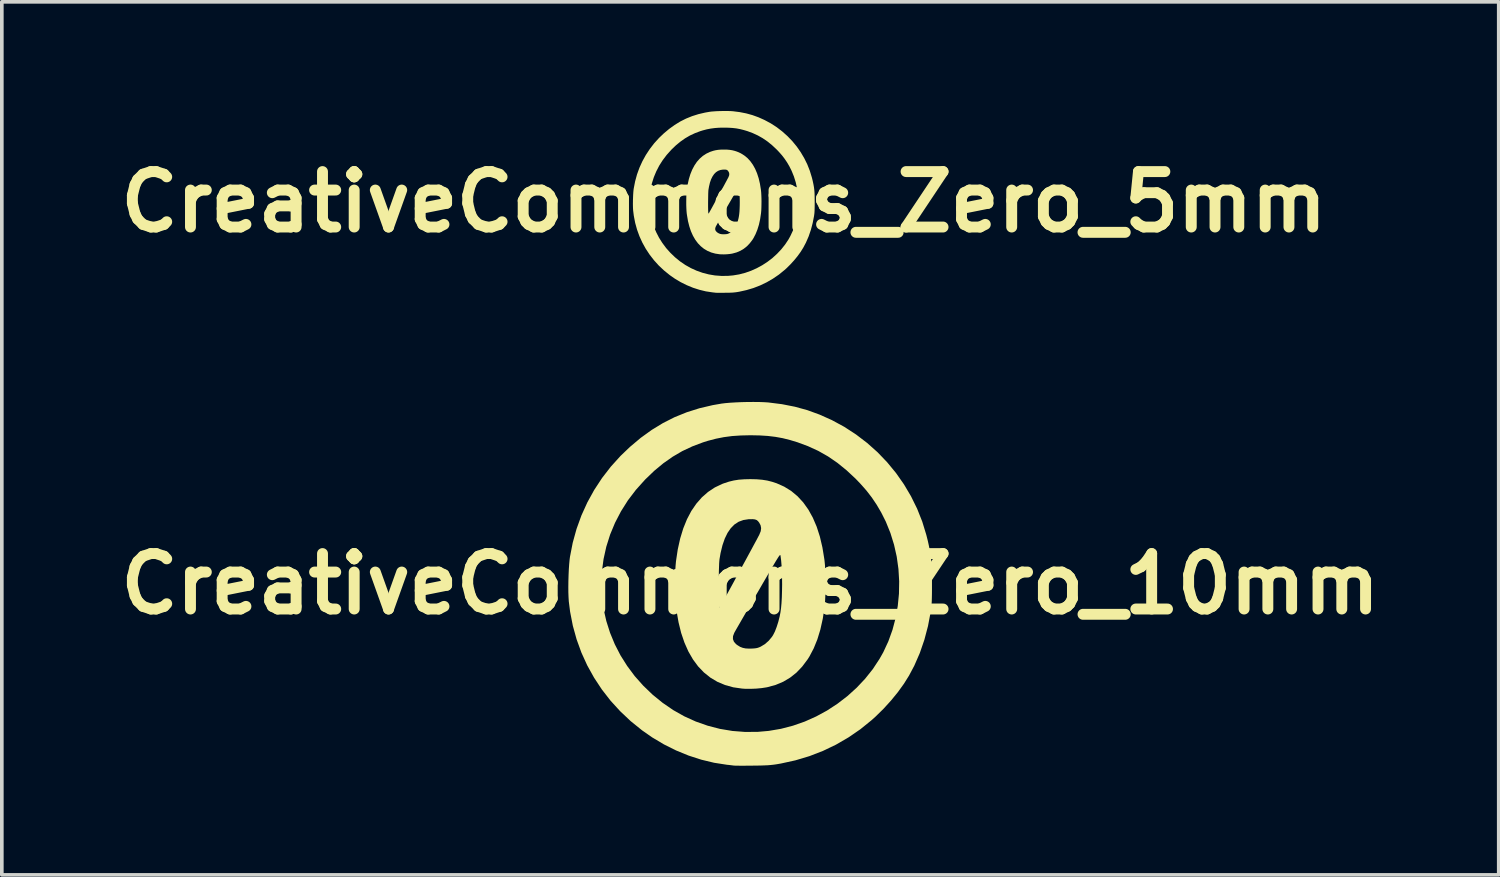
<source format=kicad_pcb>
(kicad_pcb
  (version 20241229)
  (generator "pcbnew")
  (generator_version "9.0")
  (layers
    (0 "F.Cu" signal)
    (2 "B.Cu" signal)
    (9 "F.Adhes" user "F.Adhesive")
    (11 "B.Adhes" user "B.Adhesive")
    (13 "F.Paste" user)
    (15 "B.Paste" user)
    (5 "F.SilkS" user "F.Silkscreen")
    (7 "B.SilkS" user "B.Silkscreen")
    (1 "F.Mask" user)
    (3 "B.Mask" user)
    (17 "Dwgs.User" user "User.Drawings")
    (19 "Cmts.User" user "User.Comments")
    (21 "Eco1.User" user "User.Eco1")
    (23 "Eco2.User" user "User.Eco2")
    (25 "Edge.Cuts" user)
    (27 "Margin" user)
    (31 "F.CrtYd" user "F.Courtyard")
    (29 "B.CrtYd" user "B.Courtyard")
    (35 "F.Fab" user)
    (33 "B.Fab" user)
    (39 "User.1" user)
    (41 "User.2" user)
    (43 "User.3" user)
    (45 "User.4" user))
  (footprint "CreativeCommons_Zero_10mm"
    (layer "F.Cu")
    (at 17.57 12.998)
    (property "Reference" "CreativeCommons_Zero_10mm" (at 0 0 0) (layer "F.SilkS") (effects (font (size 1.524 1.524) (thickness 0.3))))
    (attr board_only exclude_from_pos_files exclude_from_bom)
    (fp_poly (pts (xy 0.174 -2.876) (xy 0.327 -2.863) (xy 0.466 -2.841) (xy 0.6 -2.807) (xy 0.722 -2.767) (xy 0.931 -2.674) (xy 1.123 -2.556) (xy 1.297 -2.411) (xy 1.455 -2.24) (xy 1.595 -2.044) (xy 1.718 -1.822) (xy 1.824 -1.575) (xy 1.912 -1.302) (xy 1.982 -1.004) (xy 2.035 -0.681) (xy 2.041 -0.633) (xy 2.053 -0.51) (xy 2.061 -0.363) (xy 2.066 -0.201) (xy 2.068 -0.029) (xy 2.067 0.144) (xy 2.063 0.31) (xy 2.056 0.463) (xy 2.045 0.595) (xy 2.041 0.633) (xy 1.992 0.956) (xy 1.926 1.253) (xy 1.843 1.525) (xy 1.743 1.771) (xy 1.626 1.993) (xy 1.572 2.078) (xy 1.427 2.271) (xy 1.269 2.437) (xy 1.095 2.575) (xy 0.905 2.688) (xy 0.698 2.775) (xy 0.472 2.837) (xy 0.442 2.843) (xy 0.312 2.863) (xy 0.163 2.877) (xy 0.008 2.883) (xy -0.141 2.882) (xy -0.227 2.876) (xy -0.469 2.841) (xy -0.694 2.778) (xy -0.904 2.69) (xy -1.097 2.575) (xy -1.273 2.434) (xy -1.433 2.267) (xy -1.575 2.075) (xy -1.701 1.857) (xy -1.809 1.614) (xy -1.842 1.517) (xy -0.477 1.517) (xy -0.449 1.589) (xy -0.391 1.655) (xy -0.352 1.684) (xy -0.279 1.729) (xy -0.206 1.757) (xy -0.126 1.773) (xy -0.028 1.778) (xy 0.025 1.777) (xy 0.103 1.773) (xy 0.161 1.766) (xy 0.209 1.755) (xy 0.259 1.736) (xy 0.287 1.723) (xy 0.4 1.655) (xy 0.505 1.563) (xy 0.595 1.455) (xy 0.626 1.407) (xy 0.677 1.307) (xy 0.725 1.182) (xy 0.77 1.041) (xy 0.808 0.89) (xy 0.829 0.782) (xy 0.845 0.666) (xy 0.858 0.525) (xy 0.867 0.366) (xy 0.872 0.194) (xy 0.875 0.015) (xy 0.873 -0.164) (xy 0.868 -0.338) (xy 0.86 -0.5) (xy 0.848 -0.644) (xy 0.832 -0.764) (xy 0.831 -0.773) (xy 0.829 -0.784) (xy 0.825 -0.792) (xy 0.82 -0.794) (xy 0.812 -0.79) (xy 0.8 -0.777) (xy 0.783 -0.754) (xy 0.76 -0.719) (xy 0.73 -0.671) (xy 0.691 -0.608) (xy 0.644 -0.528) (xy 0.586 -0.43) (xy 0.516 -0.311) (xy 0.435 -0.171) (xy 0.34 -0.008) (xy 0.231 0.181) (xy 0.204 0.227) (xy 0.106 0.395) (xy 0.012 0.557) (xy -0.076 0.71) (xy -0.158 0.852) (xy -0.232 0.98) (xy -0.297 1.093) (xy -0.352 1.188) (xy -0.395 1.263) (xy -0.425 1.316) (xy -0.441 1.345) (xy -0.442 1.348) (xy -0.475 1.436) (xy -0.477 1.517) (xy -1.842 1.517) (xy -1.9 1.346) (xy -1.972 1.054) (xy -2.027 0.737) (xy -2.042 0.625) (xy -2.054 0.492) (xy -2.063 0.336) (xy -2.068 0.164) (xy -2.068 0.142) (xy -0.868 0.142) (xy -0.868 0.261) (xy -0.866 0.37) (xy -0.864 0.463) (xy -0.861 0.536) (xy -0.857 0.585) (xy -0.855 0.601) (xy -0.842 0.647) (xy -0.814 0.601) (xy -0.801 0.58) (xy -0.776 0.533) (xy -0.738 0.464) (xy -0.689 0.375) (xy -0.63 0.267) (xy -0.563 0.145) (xy -0.489 0.009) (xy -0.41 -0.137) (xy -0.326 -0.291) (xy -0.293 -0.352) (xy -0.207 -0.51) (xy -0.124 -0.662) (xy -0.046 -0.806) (xy 0.026 -0.939) (xy 0.09 -1.058) (xy 0.146 -1.161) (xy 0.191 -1.245) (xy 0.224 -1.308) (xy 0.245 -1.347) (xy 0.248 -1.354) (xy 0.287 -1.449) (xy 0.298 -1.533) (xy 0.283 -1.612) (xy 0.246 -1.682) (xy 0.212 -1.726) (xy 0.175 -1.756) (xy 0.128 -1.773) (xy 0.066 -1.78) (xy -0.019 -1.779) (xy -0.05 -1.778) (xy -0.191 -1.756) (xy -0.32 -1.709) (xy -0.435 -1.634) (xy -0.536 -1.532) (xy -0.625 -1.403) (xy -0.701 -1.247) (xy -0.765 -1.062) (xy -0.817 -0.848) (xy -0.846 -0.68) (xy -0.851 -0.631) (xy -0.856 -0.559) (xy -0.859 -0.466) (xy -0.863 -0.358) (xy -0.865 -0.239) (xy -0.867 -0.113) (xy -0.868 0.016) (xy -0.868 0.142) (xy -2.068 0.142) (xy -2.069 -0.015) (xy -2.067 -0.193) (xy -2.062 -0.362) (xy -2.052 -0.515) (xy -2.042 -0.625) (xy -1.993 -0.95) (xy -1.926 -1.251) (xy -1.842 -1.526) (xy -1.74 -1.778) (xy -1.621 -2.004) (xy -1.484 -2.204) (xy -1.331 -2.379) (xy -1.161 -2.528) (xy -0.974 -2.652) (xy -0.77 -2.749) (xy -0.724 -2.766) (xy -0.587 -2.811) (xy -0.454 -2.843) (xy -0.316 -2.865) (xy -0.165 -2.876) (xy 0 -2.88)) (stroke (width 0) (type solid)) (fill yes) (layer "F.SilkS"))
    (fp_poly (pts (xy 0.235 -5) (xy 0.373 -4.995) (xy 0.489 -4.988) (xy 0.497 -4.987) (xy 0.87 -4.94) (xy 1.226 -4.87) (xy 1.568 -4.776) (xy 1.901 -4.655) (xy 2.23 -4.508) (xy 2.243 -4.502) (xy 2.584 -4.317) (xy 2.908 -4.106) (xy 3.213 -3.873) (xy 3.499 -3.618) (xy 3.763 -3.342) (xy 4.005 -3.048) (xy 4.223 -2.737) (xy 4.417 -2.409) (xy 4.585 -2.068) (xy 4.726 -1.713) (xy 4.838 -1.347) (xy 4.878 -1.188) (xy 4.908 -1.053) (xy 4.932 -0.932) (xy 4.951 -0.82) (xy 4.966 -0.712) (xy 4.977 -0.6) (xy 4.985 -0.481) (xy 4.99 -0.348) (xy 4.992 -0.196) (xy 4.993 -0.018) (xy 4.993 0) (xy 4.993 0.151) (xy 4.992 0.276) (xy 4.99 0.378) (xy 4.988 0.463) (xy 4.984 0.536) (xy 4.979 0.6) (xy 4.973 0.661) (xy 4.964 0.723) (xy 4.959 0.762) (xy 4.884 1.157) (xy 4.784 1.536) (xy 4.659 1.899) (xy 4.509 2.243) (xy 4.364 2.517) (xy 4.222 2.744) (xy 4.054 2.977) (xy 3.865 3.208) (xy 3.661 3.432) (xy 3.445 3.644) (xy 3.335 3.743) (xy 3.025 3.994) (xy 2.697 4.219) (xy 2.354 4.418) (xy 1.997 4.589) (xy 1.625 4.733) (xy 1.241 4.848) (xy 0.845 4.935) (xy 0.712 4.958) (xy 0.639 4.968) (xy 0.565 4.976) (xy 0.484 4.983) (xy 0.391 4.987) (xy 0.28 4.991) (xy 0.147 4.993) (xy 0.055 4.994) (xy -0.064 4.995) (xy -0.174 4.996) (xy -0.271 4.996) (xy -0.351 4.995) (xy -0.41 4.994) (xy -0.443 4.993) (xy -0.445 4.993) (xy -0.482 4.988) (xy -0.539 4.981) (xy -0.608 4.973) (xy -0.641 4.97) (xy -0.994 4.915) (xy -1.347 4.83) (xy -1.696 4.717) (xy -2.04 4.576) (xy -2.375 4.409) (xy -2.697 4.217) (xy -2.975 4.023) (xy -3.288 3.77) (xy -3.576 3.498) (xy -3.841 3.208) (xy -4.08 2.9) (xy -4.293 2.577) (xy -4.481 2.239) (xy -4.641 1.888) (xy -4.773 1.524) (xy -4.877 1.149) (xy -4.952 0.764) (xy -4.988 0.479) (xy -4.995 0.366) (xy -5 0.23) (xy -5.001 0.079) (xy -5 0.008) (xy -4.093 0.008) (xy -4.077 0.35) (xy -4.032 0.687) (xy -3.957 1.019) (xy -3.854 1.343) (xy -3.724 1.658) (xy -3.567 1.963) (xy -3.383 2.255) (xy -3.175 2.534) (xy -2.941 2.797) (xy -2.684 3.044) (xy -2.411 3.266) (xy -2.12 3.466) (xy -1.815 3.638) (xy -1.497 3.782) (xy -1.169 3.897) (xy -0.833 3.984) (xy -0.489 4.041) (xy -0.14 4.068) (xy 0.212 4.065) (xy 0.507 4.039) (xy 0.842 3.982) (xy 1.173 3.896) (xy 1.496 3.783) (xy 1.809 3.643) (xy 2.111 3.479) (xy 2.398 3.291) (xy 2.67 3.082) (xy 2.923 2.853) (xy 3.156 2.606) (xy 3.367 2.341) (xy 3.552 2.06) (xy 3.656 1.876) (xy 3.795 1.576) (xy 3.908 1.262) (xy 3.994 0.938) (xy 4.053 0.606) (xy 4.086 0.269) (xy 4.092 -0.07) (xy 4.072 -0.41) (xy 4.025 -0.747) (xy 3.951 -1.077) (xy 3.851 -1.4) (xy 3.725 -1.711) (xy 3.599 -1.962) (xy 3.473 -2.177) (xy 3.34 -2.375) (xy 3.194 -2.564) (xy 3.03 -2.75) (xy 2.893 -2.893) (xy 2.645 -3.124) (xy 2.395 -3.327) (xy 2.137 -3.504) (xy 1.869 -3.656) (xy 1.586 -3.786) (xy 1.297 -3.893) (xy 1.089 -3.956) (xy 0.889 -4.006) (xy 0.689 -4.042) (xy 0.482 -4.067) (xy 0.261 -4.081) (xy 0.017 -4.086) (xy 0 -4.086) (xy -0.261 -4.08) (xy -0.501 -4.064) (xy -0.726 -4.034) (xy -0.944 -3.991) (xy -1.162 -3.934) (xy -1.299 -3.891) (xy -1.591 -3.781) (xy -1.868 -3.651) (xy -2.133 -3.496) (xy -2.388 -3.317) (xy -2.638 -3.11) (xy -2.884 -2.874) (xy -2.9 -2.857) (xy -3.145 -2.584) (xy -3.364 -2.296) (xy -3.554 -1.995) (xy -3.717 -1.681) (xy -3.852 -1.357) (xy -3.957 -1.024) (xy -4.033 -0.682) (xy -4.079 -0.336) (xy -4.093 0.008) (xy -5 0.008) (xy -4.999 -0.082) (xy -4.994 -0.245) (xy -4.987 -0.402) (xy -4.977 -0.547) (xy -4.965 -0.673) (xy -4.956 -0.742) (xy -4.88 -1.132) (xy -4.775 -1.512) (xy -4.641 -1.882) (xy -4.479 -2.239) (xy -4.29 -2.582) (xy -4.074 -2.911) (xy -3.832 -3.224) (xy -3.565 -3.519) (xy -3.308 -3.765) (xy -3.012 -4.014) (xy -2.71 -4.232) (xy -2.4 -4.421) (xy -2.08 -4.583) (xy -1.746 -4.718) (xy -1.398 -4.828) (xy -1.031 -4.914) (xy -0.789 -4.956) (xy -0.683 -4.969) (xy -0.553 -4.98) (xy -0.404 -4.989) (xy -0.244 -4.996) (xy -0.08 -5) (xy 0.082 -5.001)) (stroke (width 0) (type solid)) (fill yes) (layer "F.SilkS")))
  (footprint "CreativeCommons_Zero_5mm"
    (layer "F.Cu")
    (at 16.844 2.5)
    (property "Reference" "CreativeCommons_Zero_5mm" (at 0 0 0) (layer "F.SilkS") (effects (font (size 1.524 1.524) (thickness 0.3))))
    (attr board_only exclude_from_pos_files exclude_from_bom)
    (fp_poly (pts (xy 0.087 -1.438) (xy 0.163 -1.431) (xy 0.233 -1.42) (xy 0.3 -1.403) (xy 0.361 -1.383) (xy 0.465 -1.337) (xy 0.561 -1.277) (xy 0.649 -1.205) (xy 0.727 -1.12) (xy 0.797 -1.022) (xy 0.859 -0.911) (xy 0.912 -0.787) (xy 0.956 -0.651) (xy 0.991 -0.502) (xy 1.017 -0.341) (xy 1.02 -0.316) (xy 1.026 -0.255) (xy 1.03 -0.182) (xy 1.033 -0.1) (xy 1.034 -0.015) (xy 1.033 0.072) (xy 1.031 0.155) (xy 1.028 0.232) (xy 1.022 0.297) (xy 1.02 0.316) (xy 0.996 0.478) (xy 0.963 0.627) (xy 0.921 0.762) (xy 0.871 0.885) (xy 0.813 0.996) (xy 0.786 1.039) (xy 0.713 1.135) (xy 0.634 1.218) (xy 0.547 1.287) (xy 0.453 1.343) (xy 0.349 1.387) (xy 0.236 1.418) (xy 0.221 1.421) (xy 0.156 1.431) (xy 0.081 1.438) (xy 0.004 1.441) (xy -0.07 1.44) (xy -0.113 1.438) (xy -0.234 1.42) (xy -0.347 1.389) (xy -0.452 1.344) (xy -0.548 1.287) (xy -0.636 1.216) (xy -0.716 1.133) (xy -0.787 1.037) (xy -0.85 0.928) (xy -0.904 0.807) (xy -0.921 0.758) (xy -0.238 0.758) (xy -0.225 0.794) (xy -0.195 0.827) (xy -0.176 0.842) (xy -0.139 0.864) (xy -0.103 0.878) (xy -0.063 0.886) (xy -0.014 0.889) (xy 0.012 0.888) (xy 0.052 0.886) (xy 0.08 0.883) (xy 0.105 0.877) (xy 0.129 0.868) (xy 0.143 0.861) (xy 0.2 0.827) (xy 0.253 0.781) (xy 0.298 0.727) (xy 0.313 0.703) (xy 0.338 0.653) (xy 0.363 0.591) (xy 0.385 0.52) (xy 0.404 0.445) (xy 0.414 0.391) (xy 0.422 0.333) (xy 0.429 0.263) (xy 0.433 0.183) (xy 0.436 0.097) (xy 0.437 0.008) (xy 0.436 -0.082) (xy 0.434 -0.169) (xy 0.43 -0.25) (xy 0.424 -0.322) (xy 0.416 -0.382) (xy 0.415 -0.387) (xy 0.414 -0.392) (xy 0.413 -0.396) (xy 0.41 -0.397) (xy 0.406 -0.395) (xy 0.4 -0.388) (xy 0.392 -0.377) (xy 0.38 -0.36) (xy 0.365 -0.335) (xy 0.346 -0.304) (xy 0.322 -0.264) (xy 0.293 -0.215) (xy 0.258 -0.156) (xy 0.217 -0.086) (xy 0.17 -0.004) (xy 0.115 0.09) (xy 0.102 0.113) (xy 0.053 0.198) (xy 0.006 0.279) (xy -0.038 0.355) (xy -0.079 0.426) (xy -0.116 0.49) (xy -0.148 0.546) (xy -0.176 0.594) (xy -0.197 0.631) (xy -0.212 0.658) (xy -0.22 0.672) (xy -0.221 0.674) (xy -0.237 0.718) (xy -0.238 0.758) (xy -0.921 0.758) (xy -0.949 0.673) (xy -0.986 0.527) (xy -1.013 0.368) (xy -1.021 0.313) (xy -1.027 0.246) (xy -1.031 0.168) (xy -1.034 0.082) (xy -1.034 0.071) (xy -0.434 0.071) (xy -0.434 0.131) (xy -0.433 0.185) (xy -0.432 0.231) (xy -0.431 0.268) (xy -0.429 0.292) (xy -0.427 0.3) (xy -0.421 0.324) (xy -0.407 0.3) (xy -0.401 0.29) (xy -0.388 0.266) (xy -0.369 0.232) (xy -0.344 0.187) (xy -0.315 0.134) (xy -0.281 0.072) (xy -0.245 0.005) (xy -0.205 -0.068) (xy -0.163 -0.145) (xy -0.146 -0.176) (xy -0.103 -0.255) (xy -0.062 -0.331) (xy -0.023 -0.403) (xy 0.013 -0.469) (xy 0.045 -0.529) (xy 0.073 -0.58) (xy 0.095 -0.623) (xy 0.112 -0.654) (xy 0.122 -0.673) (xy 0.124 -0.677) (xy 0.143 -0.724) (xy 0.149 -0.766) (xy 0.142 -0.806) (xy 0.123 -0.841) (xy 0.106 -0.863) (xy 0.087 -0.878) (xy 0.064 -0.886) (xy 0.033 -0.89) (xy -0.009 -0.889) (xy -0.025 -0.889) (xy -0.096 -0.878) (xy -0.16 -0.854) (xy -0.217 -0.817) (xy -0.268 -0.766) (xy -0.312 -0.701) (xy -0.351 -0.623) (xy -0.383 -0.531) (xy -0.408 -0.424) (xy -0.423 -0.34) (xy -0.426 -0.316) (xy -0.428 -0.279) (xy -0.43 -0.233) (xy -0.431 -0.179) (xy -0.432 -0.119) (xy -0.433 -0.056) (xy -0.434 0.008) (xy -0.434 0.071) (xy -1.034 0.071) (xy -1.034 -0.007) (xy -1.033 -0.096) (xy -1.031 -0.181) (xy -1.026 -0.258) (xy -1.021 -0.313) (xy -0.996 -0.475) (xy -0.963 -0.625) (xy -0.921 -0.763) (xy -0.87 -0.888) (xy -0.81 -1.001) (xy -0.742 -1.102) (xy -0.665 -1.189) (xy -0.58 -1.264) (xy -0.487 -1.325) (xy -0.385 -1.374) (xy -0.362 -1.382) (xy -0.293 -1.405) (xy -0.227 -1.421) (xy -0.158 -1.432) (xy -0.083 -1.438) (xy 0 -1.439)) (stroke (width 0) (type solid)) (fill yes) (layer "F.SilkS"))
    (fp_poly (pts (xy 0.118 -2.499) (xy 0.187 -2.497) (xy 0.245 -2.493) (xy 0.248 -2.493) (xy 0.435 -2.469) (xy 0.613 -2.434) (xy 0.784 -2.387) (xy 0.95 -2.327) (xy 1.115 -2.253) (xy 1.121 -2.25) (xy 1.292 -2.158) (xy 1.454 -2.053) (xy 1.606 -1.936) (xy 1.749 -1.808) (xy 1.881 -1.671) (xy 2.002 -1.524) (xy 2.111 -1.368) (xy 2.208 -1.204) (xy 2.292 -1.034) (xy 2.362 -0.856) (xy 2.418 -0.673) (xy 2.438 -0.594) (xy 2.453 -0.526) (xy 2.465 -0.466) (xy 2.475 -0.41) (xy 2.482 -0.356) (xy 2.488 -0.3) (xy 2.492 -0.24) (xy 2.494 -0.174) (xy 2.495 -0.098) (xy 2.496 -0.009) (xy 2.496 0) (xy 2.496 0.076) (xy 2.495 0.138) (xy 2.494 0.189) (xy 2.493 0.232) (xy 2.491 0.268) (xy 2.489 0.3) (xy 2.486 0.331) (xy 2.481 0.362) (xy 2.479 0.381) (xy 2.441 0.578) (xy 2.391 0.768) (xy 2.329 0.949) (xy 2.254 1.121) (xy 2.181 1.258) (xy 2.11 1.372) (xy 2.026 1.488) (xy 1.932 1.603) (xy 1.83 1.715) (xy 1.722 1.822) (xy 1.667 1.871) (xy 1.512 1.997) (xy 1.348 2.109) (xy 1.177 2.208) (xy 0.998 2.294) (xy 0.812 2.366) (xy 0.62 2.423) (xy 0.422 2.467) (xy 0.356 2.478) (xy 0.319 2.483) (xy 0.282 2.487) (xy 0.242 2.491) (xy 0.195 2.493) (xy 0.14 2.495) (xy 0.074 2.496) (xy 0.027 2.496) (xy -0.032 2.497) (xy -0.087 2.497) (xy -0.135 2.497) (xy -0.176 2.497) (xy -0.205 2.496) (xy -0.221 2.496) (xy -0.223 2.496) (xy -0.241 2.493) (xy -0.269 2.49) (xy -0.304 2.486) (xy -0.32 2.484) (xy -0.497 2.457) (xy -0.673 2.414) (xy -0.848 2.358) (xy -1.02 2.287) (xy -1.187 2.204) (xy -1.348 2.108) (xy -1.487 2.011) (xy -1.643 1.885) (xy -1.788 1.749) (xy -1.92 1.603) (xy -2.039 1.45) (xy -2.146 1.288) (xy -2.24 1.119) (xy -2.32 0.943) (xy -2.386 0.762) (xy -2.438 0.574) (xy -2.475 0.382) (xy -2.493 0.239) (xy -2.497 0.183) (xy -2.499 0.115) (xy -2.5 0.039) (xy -2.499 0.004) (xy -2.046 0.004) (xy -2.038 0.175) (xy -2.015 0.343) (xy -1.978 0.509) (xy -1.927 0.671) (xy -1.861 0.829) (xy -1.783 0.981) (xy -1.691 1.127) (xy -1.587 1.267) (xy -1.47 1.398) (xy -1.342 1.521) (xy -1.205 1.633) (xy -1.06 1.732) (xy -0.907 1.818) (xy -0.748 1.89) (xy -0.584 1.948) (xy -0.416 1.991) (xy -0.245 2.02) (xy -0.07 2.033) (xy 0.106 2.032) (xy 0.253 2.019) (xy 0.421 1.991) (xy 0.586 1.948) (xy 0.748 1.891) (xy 0.904 1.821) (xy 1.055 1.739) (xy 1.199 1.645) (xy 1.335 1.541) (xy 1.461 1.426) (xy 1.578 1.302) (xy 1.683 1.17) (xy 1.776 1.03) (xy 1.827 0.938) (xy 1.897 0.788) (xy 1.953 0.631) (xy 1.996 0.469) (xy 2.026 0.303) (xy 2.042 0.135) (xy 2.045 -0.035) (xy 2.035 -0.205) (xy 2.012 -0.373) (xy 1.975 -0.539) (xy 1.925 -0.7) (xy 1.862 -0.855) (xy 1.799 -0.981) (xy 1.736 -1.088) (xy 1.669 -1.187) (xy 1.597 -1.281) (xy 1.514 -1.375) (xy 1.446 -1.446) (xy 1.322 -1.562) (xy 1.197 -1.663) (xy 1.068 -1.751) (xy 0.934 -1.827) (xy 0.793 -1.892) (xy 0.648 -1.946) (xy 0.544 -1.977) (xy 0.444 -2.002) (xy 0.344 -2.021) (xy 0.241 -2.033) (xy 0.13 -2.04) (xy 0.009 -2.042) (xy 0 -2.042) (xy -0.131 -2.04) (xy -0.25 -2.031) (xy -0.363 -2.016) (xy -0.472 -1.995) (xy -0.581 -1.966) (xy -0.649 -1.945) (xy -0.795 -1.89) (xy -0.934 -1.825) (xy -1.066 -1.748) (xy -1.194 -1.658) (xy -1.319 -1.555) (xy -1.442 -1.437) (xy -1.45 -1.428) (xy -1.572 -1.292) (xy -1.681 -1.148) (xy -1.777 -0.997) (xy -1.858 -0.84) (xy -1.925 -0.679) (xy -1.978 -0.512) (xy -2.016 -0.341) (xy -2.039 -0.168) (xy -2.046 0.004) (xy -2.499 0.004) (xy -2.499 -0.041) (xy -2.496 -0.122) (xy -2.493 -0.201) (xy -2.488 -0.273) (xy -2.482 -0.336) (xy -2.477 -0.371) (xy -2.439 -0.566) (xy -2.387 -0.756) (xy -2.32 -0.941) (xy -2.239 -1.119) (xy -2.144 -1.291) (xy -2.036 -1.455) (xy -1.916 -1.611) (xy -1.782 -1.759) (xy -1.653 -1.882) (xy -1.505 -2.006) (xy -1.354 -2.115) (xy -1.2 -2.21) (xy -1.039 -2.291) (xy -0.873 -2.358) (xy -0.699 -2.413) (xy -0.515 -2.456) (xy -0.395 -2.477) (xy -0.342 -2.484) (xy -0.276 -2.489) (xy -0.202 -2.494) (xy -0.122 -2.497) (xy -0.04 -2.499) (xy 0.041 -2.5)) (stroke (width 0) (type solid)) (fill yes) (layer "F.SilkS")))
  (gr_rect
    (start -3 -3)
    (end 38.139 20.994)
    (stroke (width 0.1) (type default))
    (fill no)
    (layer "Edge.Cuts")))
</source>
